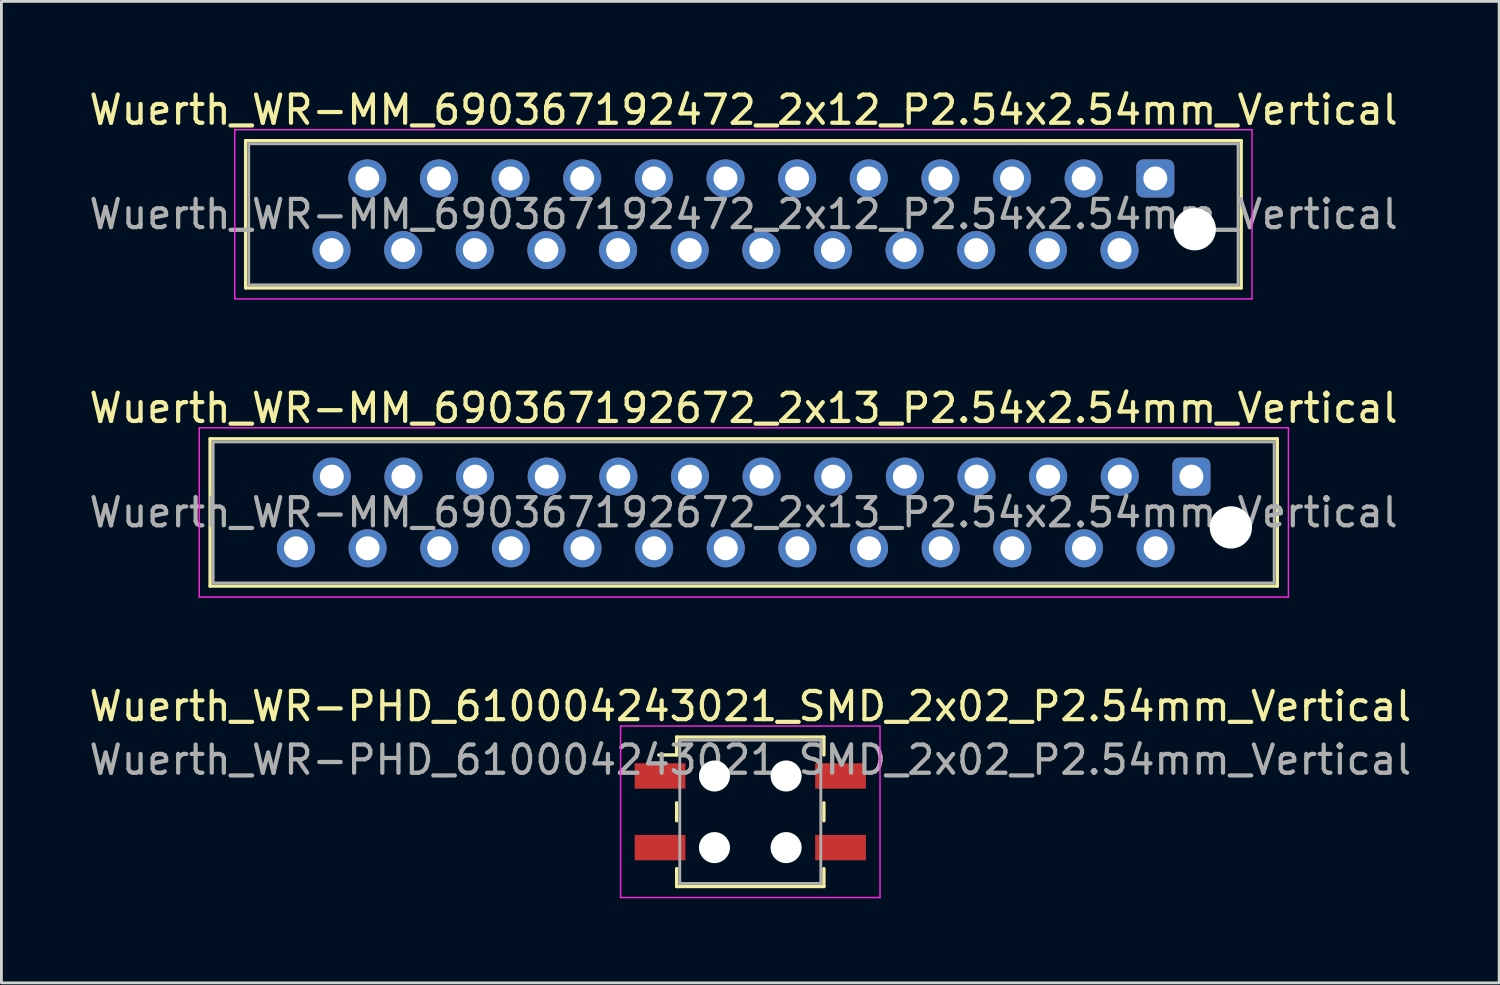
<source format=kicad_pcb>
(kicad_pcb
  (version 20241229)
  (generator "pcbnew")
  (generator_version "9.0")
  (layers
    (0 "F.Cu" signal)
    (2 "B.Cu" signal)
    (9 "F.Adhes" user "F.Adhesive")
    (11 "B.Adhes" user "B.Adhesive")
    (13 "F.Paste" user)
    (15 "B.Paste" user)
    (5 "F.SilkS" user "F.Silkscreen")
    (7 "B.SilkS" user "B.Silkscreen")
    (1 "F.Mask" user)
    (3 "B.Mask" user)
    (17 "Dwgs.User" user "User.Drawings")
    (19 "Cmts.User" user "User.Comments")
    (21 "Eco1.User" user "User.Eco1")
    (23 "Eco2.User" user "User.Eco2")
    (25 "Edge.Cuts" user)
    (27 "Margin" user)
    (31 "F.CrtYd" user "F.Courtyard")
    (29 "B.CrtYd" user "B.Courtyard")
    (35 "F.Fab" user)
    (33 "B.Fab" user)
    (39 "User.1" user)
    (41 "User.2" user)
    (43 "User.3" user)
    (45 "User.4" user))
  (footprint "Wuerth_WR-MM_690367192672_2x13_P2.54x2.54mm_Vertical"
    (layer "F.Cu")
    (at 39.195 13.851)
    (property "Reference" "Wuerth_WR-MM_690367192672_2x13_P2.54x2.54mm_Vertical" (at -15.88 -2.43 0) (layer "F.SilkS") (effects (font (size 1 1) (thickness 0.15))))
    (attr through_hole)
    (fp_line (start -34.795 -1.34) (end 3.045 -1.34) (stroke (width 0.12) (type solid)) (layer "F.SilkS"))
    (fp_line (start -34.795 3.88) (end -34.795 -1.34) (stroke (width 0.12) (type solid)) (layer "F.SilkS"))
    (fp_line (start 3.045 -1.34) (end 3.045 3.88) (stroke (width 0.12) (type solid)) (layer "F.SilkS"))
    (fp_line (start 3.045 3.88) (end -34.795 3.88) (stroke (width 0.12) (type solid)) (layer "F.SilkS"))
    (fp_line (start -35.18 -1.73) (end -35.18 4.27) (stroke (width 0.05) (type solid)) (layer "F.CrtYd"))
    (fp_line (start -35.18 4.27) (end 3.44 4.27) (stroke (width 0.05) (type solid)) (layer "F.CrtYd"))
    (fp_line (start 3.44 -1.73) (end -35.18 -1.73) (stroke (width 0.05) (type solid)) (layer "F.CrtYd"))
    (fp_line (start 3.44 4.27) (end 3.44 -1.73) (stroke (width 0.05) (type solid)) (layer "F.CrtYd"))
    (fp_line (start -34.685 -1.23) (end 2.935 -1.23) (stroke (width 0.1) (type solid)) (layer "F.Fab"))
    (fp_line (start -34.685 3.77) (end -34.685 -1.23) (stroke (width 0.1) (type solid)) (layer "F.Fab"))
    (fp_line (start 2.935 -1.23) (end 2.935 3.77) (stroke (width 0.1) (type solid)) (layer "F.Fab"))
    (fp_line (start 2.935 3.77) (end -34.685 3.77) (stroke (width 0.1) (type solid)) (layer "F.Fab"))
    (fp_text user "${REFERENCE}" (at -15.88 1.27 0) (layer "F.Fab") (effects (font (size 1 1) (thickness 0.15))))
    (pad "" np_thru_hole circle (at 1.4 1.8) (size 1.5 1.5) (drill 1.5) (layers "*.Cu" "*.Mask"))
    (pad "1" thru_hole roundrect (at 0 0) (size 1.35 1.35) (drill 0.85) (layers "*.Cu" "*.Mask") (roundrect_rratio 0.185))
    (pad "2" thru_hole circle (at -1.27 2.54) (size 1.35 1.35) (drill 0.85) (layers "*.Cu" "*.Mask"))
    (pad "3" thru_hole circle (at -2.54 0) (size 1.35 1.35) (drill 0.85) (layers "*.Cu" "*.Mask"))
    (pad "4" thru_hole circle (at -3.81 2.54) (size 1.35 1.35) (drill 0.85) (layers "*.Cu" "*.Mask"))
    (pad "5" thru_hole circle (at -5.08 0) (size 1.35 1.35) (drill 0.85) (layers "*.Cu" "*.Mask"))
    (pad "6" thru_hole circle (at -6.35 2.54) (size 1.35 1.35) (drill 0.85) (layers "*.Cu" "*.Mask"))
    (pad "7" thru_hole circle (at -7.62 0) (size 1.35 1.35) (drill 0.85) (layers "*.Cu" "*.Mask"))
    (pad "8" thru_hole circle (at -8.89 2.54) (size 1.35 1.35) (drill 0.85) (layers "*.Cu" "*.Mask"))
    (pad "9" thru_hole circle (at -10.16 0) (size 1.35 1.35) (drill 0.85) (layers "*.Cu" "*.Mask"))
    (pad "10" thru_hole circle (at -11.43 2.54) (size 1.35 1.35) (drill 0.85) (layers "*.Cu" "*.Mask"))
    (pad "11" thru_hole circle (at -12.7 0) (size 1.35 1.35) (drill 0.85) (layers "*.Cu" "*.Mask"))
    (pad "12" thru_hole circle (at -13.97 2.54) (size 1.35 1.35) (drill 0.85) (layers "*.Cu" "*.Mask"))
    (pad "13" thru_hole circle (at -15.24 0) (size 1.35 1.35) (drill 0.85) (layers "*.Cu" "*.Mask"))
    (pad "14" thru_hole circle (at -16.51 2.54) (size 1.35 1.35) (drill 0.85) (layers "*.Cu" "*.Mask"))
    (pad "15" thru_hole circle (at -17.78 0) (size 1.35 1.35) (drill 0.85) (layers "*.Cu" "*.Mask"))
    (pad "16" thru_hole circle (at -19.05 2.54) (size 1.35 1.35) (drill 0.85) (layers "*.Cu" "*.Mask"))
    (pad "17" thru_hole circle (at -20.32 0) (size 1.35 1.35) (drill 0.85) (layers "*.Cu" "*.Mask"))
    (pad "18" thru_hole circle (at -21.59 2.54) (size 1.35 1.35) (drill 0.85) (layers "*.Cu" "*.Mask"))
    (pad "19" thru_hole circle (at -22.86 0) (size 1.35 1.35) (drill 0.85) (layers "*.Cu" "*.Mask"))
    (pad "20" thru_hole circle (at -24.13 2.54) (size 1.35 1.35) (drill 0.85) (layers "*.Cu" "*.Mask"))
    (pad "21" thru_hole circle (at -25.4 0) (size 1.35 1.35) (drill 0.85) (layers "*.Cu" "*.Mask"))
    (pad "22" thru_hole circle (at -26.67 2.54) (size 1.35 1.35) (drill 0.85) (layers "*.Cu" "*.Mask"))
    (pad "23" thru_hole circle (at -27.94 0) (size 1.35 1.35) (drill 0.85) (layers "*.Cu" "*.Mask"))
    (pad "24" thru_hole circle (at -29.21 2.54) (size 1.35 1.35) (drill 0.85) (layers "*.Cu" "*.Mask"))
    (pad "25" thru_hole circle (at -30.48 0) (size 1.35 1.35) (drill 0.85) (layers "*.Cu" "*.Mask"))
    (pad "26" thru_hole circle (at -31.75 2.54) (size 1.35 1.35) (drill 0.85) (layers "*.Cu" "*.Mask")))
  (footprint "Wuerth_WR-PHD_610004243021_SMD_2x02_P2.54mm_Vertical"
    (layer "F.Cu")
    (at 23.554 25.735)
    (property "Reference" "Wuerth_WR-PHD_610004243021_SMD_2x02_P2.54mm_Vertical" (at 0 -3.74 0) (layer "F.SilkS") (effects (font (size 1 1) (thickness 0.15))))
    (attr smd)
    (fp_line (start -2.61 -2.65) (end -2.61 -2.015) (stroke (width 0.12) (type solid)) (layer "F.SilkS"))
    (fp_line (start -2.61 -2.65) (end 2.61 -2.65) (stroke (width 0.12) (type solid)) (layer "F.SilkS"))
    (fp_line (start -2.61 -2.015) (end -3.245 -2.015) (stroke (width 0.12) (type solid)) (layer "F.SilkS"))
    (fp_line (start -2.61 -0.318) (end -2.61 0.318) (stroke (width 0.12) (type solid)) (layer "F.SilkS"))
    (fp_line (start -2.61 2.65) (end -2.61 2.015) (stroke (width 0.12) (type solid)) (layer "F.SilkS"))
    (fp_line (start -2.61 2.65) (end 2.61 2.65) (stroke (width 0.12) (type solid)) (layer "F.SilkS"))
    (fp_line (start 2.61 -2.65) (end 2.61 -2.015) (stroke (width 0.12) (type solid)) (layer "F.SilkS"))
    (fp_line (start 2.61 -0.318) (end 2.61 0.318) (stroke (width 0.12) (type solid)) (layer "F.SilkS"))
    (fp_line (start 2.61 2.65) (end 2.61 2.015) (stroke (width 0.12) (type solid)) (layer "F.SilkS"))
    (fp_line (start -4.6 -3.04) (end -4.6 3.04) (stroke (width 0.05) (type solid)) (layer "F.CrtYd"))
    (fp_line (start -4.6 3.04) (end 4.6 3.04) (stroke (width 0.05) (type solid)) (layer "F.CrtYd"))
    (fp_line (start 4.6 -3.04) (end -4.6 -3.04) (stroke (width 0.05) (type solid)) (layer "F.CrtYd"))
    (fp_line (start 4.6 3.04) (end 4.6 -3.04) (stroke (width 0.05) (type solid)) (layer "F.CrtYd"))
    (fp_line (start -2.5 -2.54) (end -2.5 2.54) (stroke (width 0.1) (type solid)) (layer "F.Fab"))
    (fp_line (start -2.5 2.54) (end 2.5 2.54) (stroke (width 0.1) (type solid)) (layer "F.Fab"))
    (fp_line (start 2.5 -2.54) (end -2.5 -2.54) (stroke (width 0.1) (type solid)) (layer "F.Fab"))
    (fp_line (start 2.5 2.54) (end 2.5 -2.54) (stroke (width 0.1) (type solid)) (layer "F.Fab"))
    (fp_text user "${REFERENCE}" (at 0 -1.84 0) (layer "F.Fab") (effects (font (size 1 1) (thickness 0.15))))
    (pad "" np_thru_hole circle (at -1.27 -1.27) (size 1.1 1.1) (drill 1.1) (layers "*.Cu" "*.Mask"))
    (pad "" np_thru_hole circle (at -1.27 1.27) (size 1.1 1.1) (drill 1.1) (layers "*.Cu" "*.Mask"))
    (pad "" np_thru_hole circle (at 1.27 -1.27) (size 1.1 1.1) (drill 1.1) (layers "*.Cu" "*.Mask"))
    (pad "" np_thru_hole circle (at 1.27 1.27) (size 1.1 1.1) (drill 1.1) (layers "*.Cu" "*.Mask"))
    (pad "1" smd rect (at -3.2 -1.27) (size 1.8 0.9) (layers "F.Cu" "F.Mask" "F.Paste"))
    (pad "2" smd rect (at 3.2 -1.27) (size 1.8 0.9) (layers "F.Cu" "F.Mask" "F.Paste"))
    (pad "3" smd rect (at -3.2 1.27) (size 1.8 0.9) (layers "F.Cu" "F.Mask" "F.Paste"))
    (pad "4" smd rect (at 3.2 1.27) (size 1.8 0.9) (layers "F.Cu" "F.Mask" "F.Paste")))
  (footprint "Wuerth_WR-MM_690367192472_2x12_P2.54x2.54mm_Vertical"
    (layer "F.Cu")
    (at 37.915 3.278)
    (property "Reference" "Wuerth_WR-MM_690367192472_2x12_P2.54x2.54mm_Vertical" (at -14.6 -2.43 0) (layer "F.SilkS") (effects (font (size 1 1) (thickness 0.15))))
    (attr through_hole)
    (fp_line (start -32.255 -1.34) (end 3.045 -1.34) (stroke (width 0.12) (type solid)) (layer "F.SilkS"))
    (fp_line (start -32.255 3.88) (end -32.255 -1.34) (stroke (width 0.12) (type solid)) (layer "F.SilkS"))
    (fp_line (start 3.045 -1.34) (end 3.045 3.88) (stroke (width 0.12) (type solid)) (layer "F.SilkS"))
    (fp_line (start 3.045 3.88) (end -32.255 3.88) (stroke (width 0.12) (type solid)) (layer "F.SilkS"))
    (fp_line (start -32.64 -1.73) (end -32.64 4.27) (stroke (width 0.05) (type solid)) (layer "F.CrtYd"))
    (fp_line (start -32.64 4.27) (end 3.43 4.27) (stroke (width 0.05) (type solid)) (layer "F.CrtYd"))
    (fp_line (start 3.43 -1.73) (end -32.64 -1.73) (stroke (width 0.05) (type solid)) (layer "F.CrtYd"))
    (fp_line (start 3.43 4.27) (end 3.43 -1.73) (stroke (width 0.05) (type solid)) (layer "F.CrtYd"))
    (fp_line (start -32.145 -1.23) (end 2.935 -1.23) (stroke (width 0.1) (type solid)) (layer "F.Fab"))
    (fp_line (start -32.145 3.77) (end -32.145 -1.23) (stroke (width 0.1) (type solid)) (layer "F.Fab"))
    (fp_line (start 2.935 -1.23) (end 2.935 3.77) (stroke (width 0.1) (type solid)) (layer "F.Fab"))
    (fp_line (start 2.935 3.77) (end -32.145 3.77) (stroke (width 0.1) (type solid)) (layer "F.Fab"))
    (fp_text user "${REFERENCE}" (at -14.6 1.27 0) (layer "F.Fab") (effects (font (size 1 1) (thickness 0.15))))
    (pad "" np_thru_hole circle (at 1.4 1.8) (size 1.5 1.5) (drill 1.5) (layers "*.Cu" "*.Mask"))
    (pad "1" thru_hole roundrect (at 0 0) (size 1.35 1.35) (drill 0.85) (layers "*.Cu" "*.Mask") (roundrect_rratio 0.185))
    (pad "2" thru_hole circle (at -1.27 2.54) (size 1.35 1.35) (drill 0.85) (layers "*.Cu" "*.Mask"))
    (pad "3" thru_hole circle (at -2.54 0) (size 1.35 1.35) (drill 0.85) (layers "*.Cu" "*.Mask"))
    (pad "4" thru_hole circle (at -3.81 2.54) (size 1.35 1.35) (drill 0.85) (layers "*.Cu" "*.Mask"))
    (pad "5" thru_hole circle (at -5.08 0) (size 1.35 1.35) (drill 0.85) (layers "*.Cu" "*.Mask"))
    (pad "6" thru_hole circle (at -6.35 2.54) (size 1.35 1.35) (drill 0.85) (layers "*.Cu" "*.Mask"))
    (pad "7" thru_hole circle (at -7.62 0) (size 1.35 1.35) (drill 0.85) (layers "*.Cu" "*.Mask"))
    (pad "8" thru_hole circle (at -8.89 2.54) (size 1.35 1.35) (drill 0.85) (layers "*.Cu" "*.Mask"))
    (pad "9" thru_hole circle (at -10.16 0) (size 1.35 1.35) (drill 0.85) (layers "*.Cu" "*.Mask"))
    (pad "10" thru_hole circle (at -11.43 2.54) (size 1.35 1.35) (drill 0.85) (layers "*.Cu" "*.Mask"))
    (pad "11" thru_hole circle (at -12.7 0) (size 1.35 1.35) (drill 0.85) (layers "*.Cu" "*.Mask"))
    (pad "12" thru_hole circle (at -13.97 2.54) (size 1.35 1.35) (drill 0.85) (layers "*.Cu" "*.Mask"))
    (pad "13" thru_hole circle (at -15.24 0) (size 1.35 1.35) (drill 0.85) (layers "*.Cu" "*.Mask"))
    (pad "14" thru_hole circle (at -16.51 2.54) (size 1.35 1.35) (drill 0.85) (layers "*.Cu" "*.Mask"))
    (pad "15" thru_hole circle (at -17.78 0) (size 1.35 1.35) (drill 0.85) (layers "*.Cu" "*.Mask"))
    (pad "16" thru_hole circle (at -19.05 2.54) (size 1.35 1.35) (drill 0.85) (layers "*.Cu" "*.Mask"))
    (pad "17" thru_hole circle (at -20.32 0) (size 1.35 1.35) (drill 0.85) (layers "*.Cu" "*.Mask"))
    (pad "18" thru_hole circle (at -21.59 2.54) (size 1.35 1.35) (drill 0.85) (layers "*.Cu" "*.Mask"))
    (pad "19" thru_hole circle (at -22.86 0) (size 1.35 1.35) (drill 0.85) (layers "*.Cu" "*.Mask"))
    (pad "20" thru_hole circle (at -24.13 2.54) (size 1.35 1.35) (drill 0.85) (layers "*.Cu" "*.Mask"))
    (pad "21" thru_hole circle (at -25.4 0) (size 1.35 1.35) (drill 0.85) (layers "*.Cu" "*.Mask"))
    (pad "22" thru_hole circle (at -26.67 2.54) (size 1.35 1.35) (drill 0.85) (layers "*.Cu" "*.Mask"))
    (pad "23" thru_hole circle (at -27.94 0) (size 1.35 1.35) (drill 0.85) (layers "*.Cu" "*.Mask"))
    (pad "24" thru_hole circle (at -29.21 2.54) (size 1.35 1.35) (drill 0.85) (layers "*.Cu" "*.Mask")))
  (gr_rect
    (start -3 -3)
    (end 50.107 31.8)
    (stroke (width 0.1) (type default))
    (fill no)
    (layer "Edge.Cuts")))
</source>
